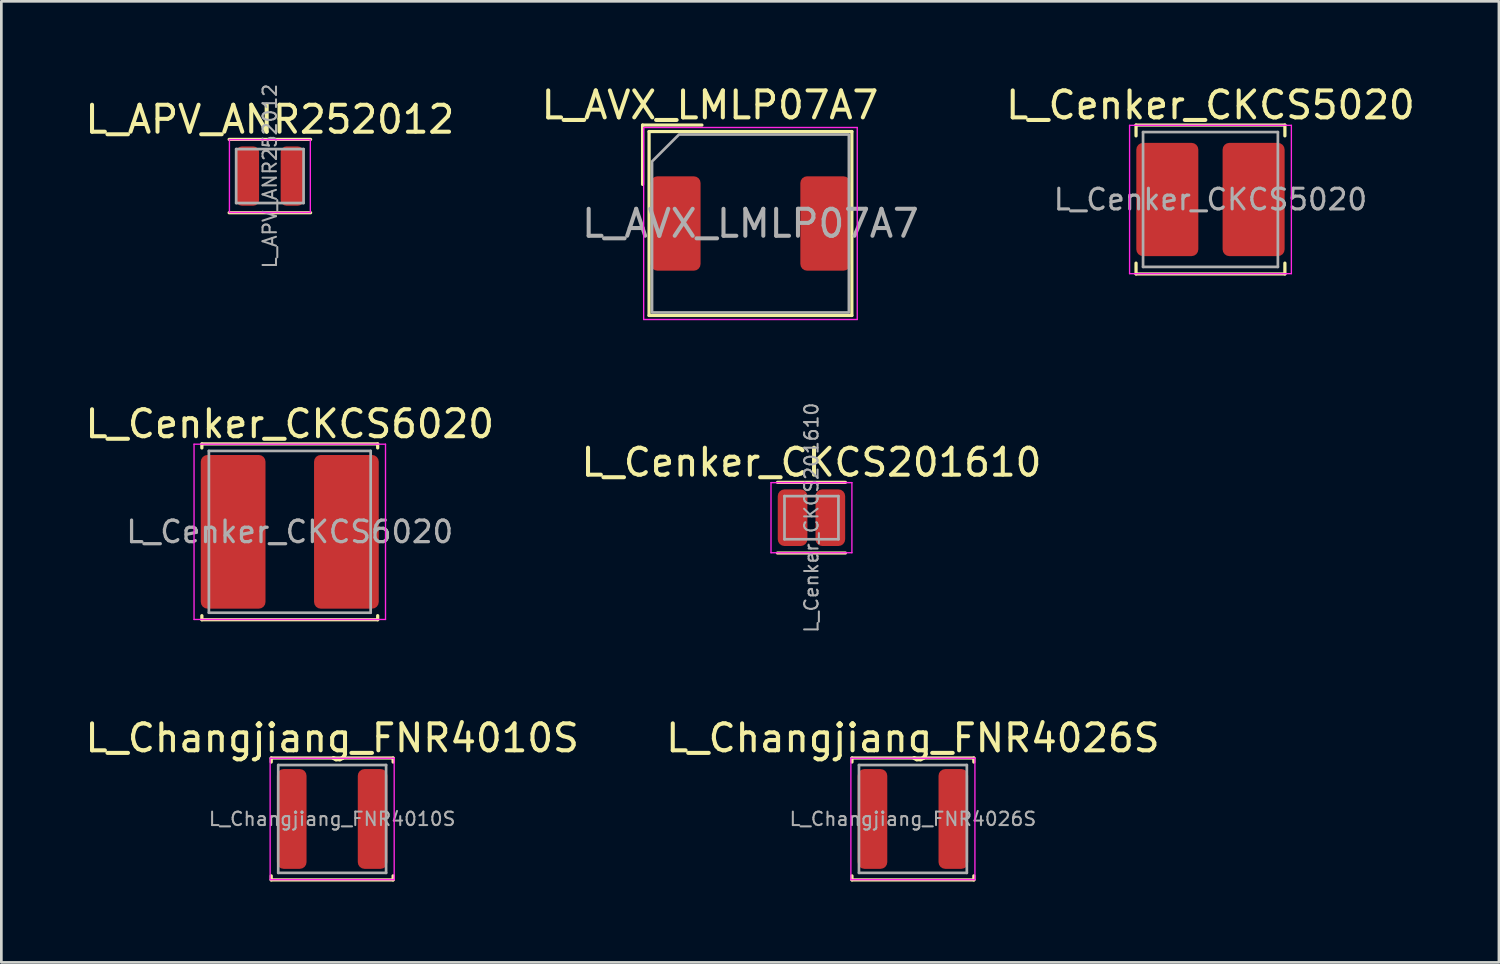
<source format=kicad_pcb>
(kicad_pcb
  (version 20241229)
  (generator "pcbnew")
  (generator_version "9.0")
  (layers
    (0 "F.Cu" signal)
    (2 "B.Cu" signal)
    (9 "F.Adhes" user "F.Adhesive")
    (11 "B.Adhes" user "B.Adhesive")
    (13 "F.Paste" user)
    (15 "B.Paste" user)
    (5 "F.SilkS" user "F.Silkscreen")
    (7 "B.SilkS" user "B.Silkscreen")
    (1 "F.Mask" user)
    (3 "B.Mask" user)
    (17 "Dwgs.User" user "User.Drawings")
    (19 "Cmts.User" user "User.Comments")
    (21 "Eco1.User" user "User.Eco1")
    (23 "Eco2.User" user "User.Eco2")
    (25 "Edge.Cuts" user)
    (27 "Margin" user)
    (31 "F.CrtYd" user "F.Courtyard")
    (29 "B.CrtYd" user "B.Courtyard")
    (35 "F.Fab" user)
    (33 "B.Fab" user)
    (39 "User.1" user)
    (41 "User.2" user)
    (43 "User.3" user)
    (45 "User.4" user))
  (footprint "L_Changjiang_FNR4026S"
    (layer "F.Cu")
    (at 30.804 27.32)
    (property "Reference" "L_Changjiang_FNR4026S" (at 0 -3 0) (layer "F.SilkS") (effects (font (size 1 1) (thickness 0.15))))
    (attr smd)
    (fp_line (start -2.26 -2.26) (end -2.26 -2.11) (stroke (width 0.12) (type solid)) (layer "F.SilkS"))
    (fp_line (start -2.26 -2.26) (end 2.26 -2.26) (stroke (width 0.12) (type solid)) (layer "F.SilkS"))
    (fp_line (start -2.26 2.26) (end -2.26 2.11) (stroke (width 0.12) (type solid)) (layer "F.SilkS"))
    (fp_line (start -2.26 2.26) (end 2.26 2.26) (stroke (width 0.12) (type solid)) (layer "F.SilkS"))
    (fp_line (start 2.26 -2.26) (end 2.26 -2.11) (stroke (width 0.12) (type solid)) (layer "F.SilkS"))
    (fp_line (start 2.26 2.26) (end 2.26 2.11) (stroke (width 0.12) (type solid)) (layer "F.SilkS"))
    (fp_line (start -2.3 -2.25) (end -2.3 2.25) (stroke (width 0.05) (type solid)) (layer "F.CrtYd"))
    (fp_line (start -2.3 2.25) (end 2.3 2.25) (stroke (width 0.05) (type solid)) (layer "F.CrtYd"))
    (fp_line (start 2.3 -2.25) (end -2.3 -2.25) (stroke (width 0.05) (type solid)) (layer "F.CrtYd"))
    (fp_line (start 2.3 2.25) (end 2.3 -2.25) (stroke (width 0.05) (type solid)) (layer "F.CrtYd"))
    (fp_line (start -2 -2) (end -2 2) (stroke (width 0.1) (type solid)) (layer "F.Fab"))
    (fp_line (start -2 2) (end 2 2) (stroke (width 0.1) (type solid)) (layer "F.Fab"))
    (fp_line (start 2 -2) (end -2 -2) (stroke (width 0.1) (type solid)) (layer "F.Fab"))
    (fp_line (start 2 2) (end 2 -2) (stroke (width 0.1) (type solid)) (layer "F.Fab"))
    (fp_text user "${REFERENCE}" (at 0 0 0) (layer "F.Fab") (effects (font (size 0.5 0.5) (thickness 0.075))))
    (pad "1" smd roundrect (at -1.5 0) (size 1.1 3.7) (layers "F.Cu" "F.Mask" "F.Paste") (roundrect_rratio 0.227))
    (pad "2" smd roundrect (at 1.5 0) (size 1.1 3.7) (layers "F.Cu" "F.Mask" "F.Paste") (roundrect_rratio 0.227)))
  (footprint "L_APV_ANR252012"
    (layer "F.Cu")
    (at 6.958 3.479)
    (property "Reference" "L_APV_ANR252012" (at 0 -2.1 0) (layer "F.SilkS") (effects (font (size 1 1) (thickness 0.15))))
    (attr smd)
    (fp_line (start -1.51 -1.36) (end 1.51 -1.36) (stroke (width 0.12) (type solid)) (layer "F.SilkS"))
    (fp_line (start -1.51 1.36) (end 1.51 1.36) (stroke (width 0.12) (type solid)) (layer "F.SilkS"))
    (fp_line (start -1.5 -1.35) (end -1.5 1.35) (stroke (width 0.05) (type solid)) (layer "F.CrtYd"))
    (fp_line (start -1.5 1.35) (end 1.5 1.35) (stroke (width 0.05) (type solid)) (layer "F.CrtYd"))
    (fp_line (start 1.5 -1.35) (end -1.5 -1.35) (stroke (width 0.05) (type solid)) (layer "F.CrtYd"))
    (fp_line (start 1.5 1.35) (end 1.5 -1.35) (stroke (width 0.05) (type solid)) (layer "F.CrtYd"))
    (fp_line (start -1.25 -1) (end -1.25 1) (stroke (width 0.1) (type solid)) (layer "F.Fab"))
    (fp_line (start -1.25 1) (end 1.25 1) (stroke (width 0.1) (type solid)) (layer "F.Fab"))
    (fp_line (start 1.25 -1) (end -1.25 -1) (stroke (width 0.1) (type solid)) (layer "F.Fab"))
    (fp_line (start 1.25 1) (end 1.25 -1) (stroke (width 0.1) (type solid)) (layer "F.Fab"))
    (fp_text user "${REFERENCE}" (at 0 0 90) (layer "F.Fab") (effects (font (size 0.5 0.5) (thickness 0.075))))
    (pad "1" smd roundrect (at -0.825 0) (size 0.85 2.2) (layers "F.Cu" "F.Mask" "F.Paste") (roundrect_rratio 0.25))
    (pad "2" smd roundrect (at 0.825 0) (size 0.85 2.2) (layers "F.Cu" "F.Mask" "F.Paste") (roundrect_rratio 0.25)))
  (footprint "L_Cenker_CKCS6020"
    (layer "F.Cu")
    (at 7.696 16.672)
    (property "Reference" "L_Cenker_CKCS6020" (at 0 -4 0) (layer "F.SilkS") (effects (font (size 1 1) (thickness 0.15))))
    (attr smd)
    (fp_line (start -3.26 -3.26) (end -3.26 -3.11) (stroke (width 0.12) (type solid)) (layer "F.SilkS"))
    (fp_line (start -3.26 -3.26) (end 3.26 -3.26) (stroke (width 0.12) (type solid)) (layer "F.SilkS"))
    (fp_line (start -3.26 3.26) (end -3.26 3.11) (stroke (width 0.12) (type solid)) (layer "F.SilkS"))
    (fp_line (start -3.26 3.26) (end 3.26 3.26) (stroke (width 0.12) (type solid)) (layer "F.SilkS"))
    (fp_line (start 3.26 -3.26) (end 3.26 -3.11) (stroke (width 0.12) (type solid)) (layer "F.SilkS"))
    (fp_line (start 3.26 3.26) (end 3.26 3.11) (stroke (width 0.12) (type solid)) (layer "F.SilkS"))
    (fp_line (start -3.55 -3.25) (end -3.55 3.25) (stroke (width 0.05) (type solid)) (layer "F.CrtYd"))
    (fp_line (start -3.55 3.25) (end 3.55 3.25) (stroke (width 0.05) (type solid)) (layer "F.CrtYd"))
    (fp_line (start 3.55 -3.25) (end -3.55 -3.25) (stroke (width 0.05) (type solid)) (layer "F.CrtYd"))
    (fp_line (start 3.55 3.25) (end 3.55 -3.25) (stroke (width 0.05) (type solid)) (layer "F.CrtYd"))
    (fp_line (start -3 -3) (end -3 3) (stroke (width 0.1) (type solid)) (layer "F.Fab"))
    (fp_line (start -3 3) (end 3 3) (stroke (width 0.1) (type solid)) (layer "F.Fab"))
    (fp_line (start 3 -3) (end -3 -3) (stroke (width 0.1) (type solid)) (layer "F.Fab"))
    (fp_line (start 3 3) (end 3 -3) (stroke (width 0.1) (type solid)) (layer "F.Fab"))
    (fp_text user "${REFERENCE}" (at 0 0 0) (layer "F.Fab") (effects (font (size 0.8 0.8) (thickness 0.12))))
    (pad "1" smd roundrect (at -2.1 0) (size 2.4 5.7) (layers "F.Cu" "F.Mask" "F.Paste") (roundrect_rratio 0.104))
    (pad "2" smd roundrect (at 2.1 0) (size 2.4 5.7) (layers "F.Cu" "F.Mask" "F.Paste") (roundrect_rratio 0.104)))
  (footprint "L_Cenker_CKCS5020"
    (layer "F.Cu")
    (at 41.839 4.348)
    (property "Reference" "L_Cenker_CKCS5020" (at 0 -3.5 0) (layer "F.SilkS") (effects (font (size 1 1) (thickness 0.15))))
    (attr smd)
    (fp_line (start -2.76 -2.76) (end -2.76 -2.36) (stroke (width 0.12) (type solid)) (layer "F.SilkS"))
    (fp_line (start -2.76 -2.76) (end 2.76 -2.76) (stroke (width 0.12) (type solid)) (layer "F.SilkS"))
    (fp_line (start -2.76 2.76) (end -2.76 2.36) (stroke (width 0.12) (type solid)) (layer "F.SilkS"))
    (fp_line (start -2.76 2.76) (end 2.76 2.76) (stroke (width 0.12) (type solid)) (layer "F.SilkS"))
    (fp_line (start 2.76 -2.76) (end 2.76 -2.36) (stroke (width 0.12) (type solid)) (layer "F.SilkS"))
    (fp_line (start 2.76 2.76) (end 2.76 2.36) (stroke (width 0.12) (type solid)) (layer "F.SilkS"))
    (fp_line (start -3 -2.75) (end -3 2.75) (stroke (width 0.05) (type solid)) (layer "F.CrtYd"))
    (fp_line (start -3 2.75) (end 3 2.75) (stroke (width 0.05) (type solid)) (layer "F.CrtYd"))
    (fp_line (start 3 -2.75) (end -3 -2.75) (stroke (width 0.05) (type solid)) (layer "F.CrtYd"))
    (fp_line (start 3 2.75) (end 3 -2.75) (stroke (width 0.05) (type solid)) (layer "F.CrtYd"))
    (fp_line (start -2.5 -2.5) (end -2.5 2.5) (stroke (width 0.1) (type solid)) (layer "F.Fab"))
    (fp_line (start -2.5 2.5) (end 2.5 2.5) (stroke (width 0.1) (type solid)) (layer "F.Fab"))
    (fp_line (start 2.5 -2.5) (end -2.5 -2.5) (stroke (width 0.1) (type solid)) (layer "F.Fab"))
    (fp_line (start 2.5 2.5) (end 2.5 -2.5) (stroke (width 0.1) (type solid)) (layer "F.Fab"))
    (fp_text user "${REFERENCE}" (at 0 0 0) (layer "F.Fab") (effects (font (size 0.767 0.767) (thickness 0.115))))
    (pad "1" smd roundrect (at -1.6 0) (size 2.3 4.2) (layers "F.Cu" "F.Mask" "F.Paste") (roundrect_rratio 0.109))
    (pad "2" smd roundrect (at 1.6 0) (size 2.3 4.2) (layers "F.Cu" "F.Mask" "F.Paste") (roundrect_rratio 0.109)))
  (footprint "L_Changjiang_FNR4010S"
    (layer "F.Cu")
    (at 9.268 27.32)
    (property "Reference" "L_Changjiang_FNR4010S" (at 0 -3 0) (layer "F.SilkS") (effects (font (size 1 1) (thickness 0.15))))
    (attr smd)
    (fp_line (start -2.26 -2.26) (end -2.26 -2.11) (stroke (width 0.12) (type solid)) (layer "F.SilkS"))
    (fp_line (start -2.26 -2.26) (end 2.26 -2.26) (stroke (width 0.12) (type solid)) (layer "F.SilkS"))
    (fp_line (start -2.26 2.26) (end -2.26 2.11) (stroke (width 0.12) (type solid)) (layer "F.SilkS"))
    (fp_line (start -2.26 2.26) (end 2.26 2.26) (stroke (width 0.12) (type solid)) (layer "F.SilkS"))
    (fp_line (start 2.26 -2.26) (end 2.26 -2.11) (stroke (width 0.12) (type solid)) (layer "F.SilkS"))
    (fp_line (start 2.26 2.26) (end 2.26 2.11) (stroke (width 0.12) (type solid)) (layer "F.SilkS"))
    (fp_line (start -2.3 -2.25) (end -2.3 2.25) (stroke (width 0.05) (type solid)) (layer "F.CrtYd"))
    (fp_line (start -2.3 2.25) (end 2.3 2.25) (stroke (width 0.05) (type solid)) (layer "F.CrtYd"))
    (fp_line (start 2.3 -2.25) (end -2.3 -2.25) (stroke (width 0.05) (type solid)) (layer "F.CrtYd"))
    (fp_line (start 2.3 2.25) (end 2.3 -2.25) (stroke (width 0.05) (type solid)) (layer "F.CrtYd"))
    (fp_line (start -2 -2) (end -2 2) (stroke (width 0.1) (type solid)) (layer "F.Fab"))
    (fp_line (start -2 2) (end 2 2) (stroke (width 0.1) (type solid)) (layer "F.Fab"))
    (fp_line (start 2 -2) (end -2 -2) (stroke (width 0.1) (type solid)) (layer "F.Fab"))
    (fp_line (start 2 2) (end 2 -2) (stroke (width 0.1) (type solid)) (layer "F.Fab"))
    (fp_text user "${REFERENCE}" (at 0 0 0) (layer "F.Fab") (effects (font (size 0.5 0.5) (thickness 0.075))))
    (pad "1" smd roundrect (at -1.5 0) (size 1.1 3.7) (layers "F.Cu" "F.Mask" "F.Paste") (roundrect_rratio 0.227))
    (pad "2" smd roundrect (at 1.5 0) (size 1.1 3.7) (layers "F.Cu" "F.Mask" "F.Paste") (roundrect_rratio 0.227)))
  (footprint "L_Cenker_CKCS201610"
    (layer "F.Cu")
    (at 27.042 16.148)
    (property "Reference" "L_Cenker_CKCS201610" (at 0 -2.05 0) (layer "F.SilkS") (effects (font (size 1 1) (thickness 0.15))))
    (attr smd)
    (fp_line (start -1.26 -1.31) (end 1.26 -1.31) (stroke (width 0.12) (type solid)) (layer "F.SilkS"))
    (fp_line (start -1.26 1.31) (end 1.26 1.31) (stroke (width 0.12) (type solid)) (layer "F.SilkS"))
    (fp_line (start -1.5 -1.3) (end -1.5 1.3) (stroke (width 0.05) (type solid)) (layer "F.CrtYd"))
    (fp_line (start -1.5 1.3) (end 1.5 1.3) (stroke (width 0.05) (type solid)) (layer "F.CrtYd"))
    (fp_line (start 1.5 -1.3) (end -1.5 -1.3) (stroke (width 0.05) (type solid)) (layer "F.CrtYd"))
    (fp_line (start 1.5 1.3) (end 1.5 -1.3) (stroke (width 0.05) (type solid)) (layer "F.CrtYd"))
    (fp_line (start -1 -0.8) (end -1 0.8) (stroke (width 0.1) (type solid)) (layer "F.Fab"))
    (fp_line (start -1 0.8) (end 1 0.8) (stroke (width 0.1) (type solid)) (layer "F.Fab"))
    (fp_line (start 1 -0.8) (end -1 -0.8) (stroke (width 0.1) (type solid)) (layer "F.Fab"))
    (fp_line (start 1 0.8) (end 1 -0.8) (stroke (width 0.1) (type solid)) (layer "F.Fab"))
    (fp_text user "${REFERENCE}" (at 0 0 90) (layer "F.Fab") (effects (font (size 0.5 0.5) (thickness 0.075))))
    (pad "1" smd roundrect (at -0.7 0) (size 1.1 2.1) (layers "F.Cu" "F.Mask" "F.Paste") (roundrect_rratio 0.227))
    (pad "2" smd roundrect (at 0.7 0) (size 1.1 2.1) (layers "F.Cu" "F.Mask" "F.Paste") (roundrect_rratio 0.227)))
  (footprint "L_AVX_LMLP07A7"
    (layer "F.Cu")
    (at 24.78 5.238)
    (property "Reference" "L_AVX_LMLP07A7" (at -1.5 -4.39 0) (layer "F.SilkS") (effects (font (size 1 1) (thickness 0.15))))
    (attr smd)
    (fp_line (start -4 -3.65) (end -1.8 -3.65) (stroke (width 0.12) (type solid)) (layer "F.SilkS"))
    (fp_line (start -4 -1.45) (end -4 -3.65) (stroke (width 0.12) (type solid)) (layer "F.SilkS"))
    (fp_line (start -3.76 -3.41) (end -3.76 3.41) (stroke (width 0.12) (type solid)) (layer "F.SilkS"))
    (fp_line (start -3.76 -3.41) (end 3.76 -3.41) (stroke (width 0.12) (type solid)) (layer "F.SilkS"))
    (fp_line (start -3.76 3.41) (end 3.76 3.41) (stroke (width 0.12) (type solid)) (layer "F.SilkS"))
    (fp_line (start 3.76 -3.41) (end 3.76 3.41) (stroke (width 0.12) (type solid)) (layer "F.SilkS"))
    (fp_line (start -3.96 -3.56) (end -3.96 3.56) (stroke (width 0.05) (type solid)) (layer "F.CrtYd"))
    (fp_line (start -3.96 3.56) (end 3.96 3.56) (stroke (width 0.05) (type solid)) (layer "F.CrtYd"))
    (fp_line (start 3.96 -3.56) (end -3.96 -3.56) (stroke (width 0.05) (type solid)) (layer "F.CrtYd"))
    (fp_line (start 3.96 3.56) (end 3.96 -3.56) (stroke (width 0.05) (type solid)) (layer "F.CrtYd"))
    (fp_poly (pts (xy -3.65 -2.3) (xy -3.65 3.3) (xy 3.65 3.3) (xy 3.65 -3.3) (xy -2.65 -3.3)) (stroke (width 0.1) (type solid)) (fill no) (layer "F.Fab"))
    (fp_text user "${REFERENCE}" (at 0 0 0) (layer "F.Fab") (effects (font (size 1 1) (thickness 0.15))))
    (pad "1" smd roundrect (at -2.775 0) (size 1.85 3.5) (layers "F.Cu" "F.Mask" "F.Paste") (roundrect_rratio 0.135))
    (pad "2" smd roundrect (at 2.775 0) (size 1.85 3.5) (layers "F.Cu" "F.Mask" "F.Paste") (roundrect_rratio 0.135)))
  (gr_rect
    (start -3 -3)
    (end 52.536 32.64)
    (stroke (width 0.1) (type default))
    (fill no)
    (layer "Edge.Cuts")))
</source>
